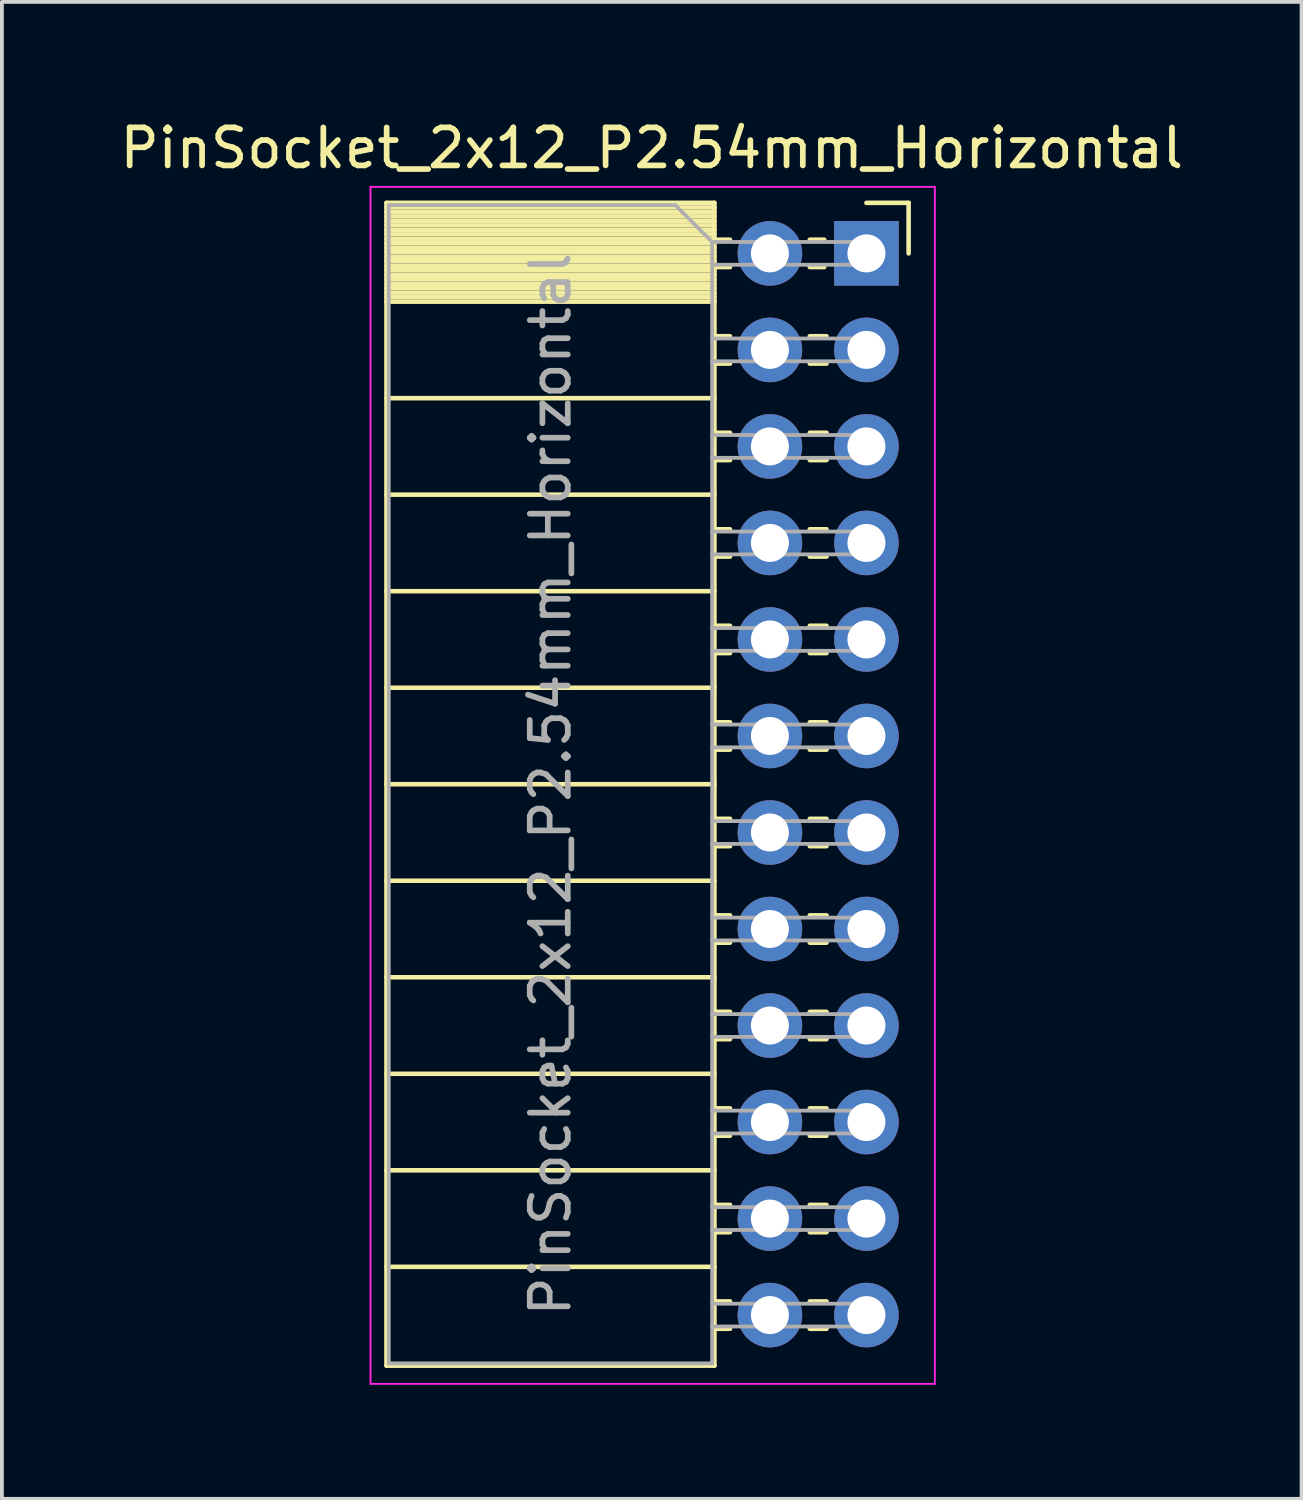
<source format=kicad_pcb>
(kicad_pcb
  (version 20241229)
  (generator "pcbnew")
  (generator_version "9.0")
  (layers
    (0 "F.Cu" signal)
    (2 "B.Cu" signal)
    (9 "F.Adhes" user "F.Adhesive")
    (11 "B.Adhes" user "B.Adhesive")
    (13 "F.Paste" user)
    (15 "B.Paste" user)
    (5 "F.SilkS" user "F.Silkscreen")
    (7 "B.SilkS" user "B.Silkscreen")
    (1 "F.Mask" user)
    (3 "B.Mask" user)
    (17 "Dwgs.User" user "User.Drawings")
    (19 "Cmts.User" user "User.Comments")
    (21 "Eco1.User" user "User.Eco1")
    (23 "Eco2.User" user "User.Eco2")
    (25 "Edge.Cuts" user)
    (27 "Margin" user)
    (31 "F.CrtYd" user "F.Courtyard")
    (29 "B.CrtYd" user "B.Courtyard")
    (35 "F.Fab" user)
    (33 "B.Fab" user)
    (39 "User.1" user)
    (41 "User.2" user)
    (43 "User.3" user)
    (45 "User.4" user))
  (footprint "PinSocket_2x12_P2.54mm_Horizontal"
    (layer "F.Cu")
    (at 19.751 3.618)
    (property "Reference" "PinSocket_2x12_P2.54mm_Horizontal" (at -5.65 -2.77 0) (layer "F.SilkS") (effects (font (size 1 1) (thickness 0.15))))
    (attr through_hole)
    (fp_line (start -12.63 -1.33) (end -12.63 29.27) (stroke (width 0.12) (type solid)) (layer "F.SilkS"))
    (fp_line (start -12.63 -1.33) (end -4 -1.33) (stroke (width 0.12) (type solid)) (layer "F.SilkS"))
    (fp_line (start -12.63 -1.21) (end -4 -1.21) (stroke (width 0.12) (type solid)) (layer "F.SilkS"))
    (fp_line (start -12.63 -1.092) (end -4 -1.092) (stroke (width 0.12) (type solid)) (layer "F.SilkS"))
    (fp_line (start -12.63 -0.974) (end -4 -0.974) (stroke (width 0.12) (type solid)) (layer "F.SilkS"))
    (fp_line (start -12.63 -0.856) (end -4 -0.856) (stroke (width 0.12) (type solid)) (layer "F.SilkS"))
    (fp_line (start -12.63 -0.738) (end -4 -0.738) (stroke (width 0.12) (type solid)) (layer "F.SilkS"))
    (fp_line (start -12.63 -0.62) (end -4 -0.62) (stroke (width 0.12) (type solid)) (layer "F.SilkS"))
    (fp_line (start -12.63 -0.501) (end -4 -0.501) (stroke (width 0.12) (type solid)) (layer "F.SilkS"))
    (fp_line (start -12.63 -0.383) (end -4 -0.383) (stroke (width 0.12) (type solid)) (layer "F.SilkS"))
    (fp_line (start -12.63 -0.265) (end -4 -0.265) (stroke (width 0.12) (type solid)) (layer "F.SilkS"))
    (fp_line (start -12.63 -0.147) (end -4 -0.147) (stroke (width 0.12) (type solid)) (layer "F.SilkS"))
    (fp_line (start -12.63 -0.029) (end -4 -0.029) (stroke (width 0.12) (type solid)) (layer "F.SilkS"))
    (fp_line (start -12.63 0.089) (end -4 0.089) (stroke (width 0.12) (type solid)) (layer "F.SilkS"))
    (fp_line (start -12.63 0.207) (end -4 0.207) (stroke (width 0.12) (type solid)) (layer "F.SilkS"))
    (fp_line (start -12.63 0.325) (end -4 0.325) (stroke (width 0.12) (type solid)) (layer "F.SilkS"))
    (fp_line (start -12.63 0.443) (end -4 0.443) (stroke (width 0.12) (type solid)) (layer "F.SilkS"))
    (fp_line (start -12.63 0.561) (end -4 0.561) (stroke (width 0.12) (type solid)) (layer "F.SilkS"))
    (fp_line (start -12.63 0.68) (end -4 0.68) (stroke (width 0.12) (type solid)) (layer "F.SilkS"))
    (fp_line (start -12.63 0.798) (end -4 0.798) (stroke (width 0.12) (type solid)) (layer "F.SilkS"))
    (fp_line (start -12.63 0.916) (end -4 0.916) (stroke (width 0.12) (type solid)) (layer "F.SilkS"))
    (fp_line (start -12.63 1.034) (end -4 1.034) (stroke (width 0.12) (type solid)) (layer "F.SilkS"))
    (fp_line (start -12.63 1.152) (end -4 1.152) (stroke (width 0.12) (type solid)) (layer "F.SilkS"))
    (fp_line (start -12.63 1.27) (end -4 1.27) (stroke (width 0.12) (type solid)) (layer "F.SilkS"))
    (fp_line (start -12.63 3.81) (end -4 3.81) (stroke (width 0.12) (type solid)) (layer "F.SilkS"))
    (fp_line (start -12.63 6.35) (end -4 6.35) (stroke (width 0.12) (type solid)) (layer "F.SilkS"))
    (fp_line (start -12.63 8.89) (end -4 8.89) (stroke (width 0.12) (type solid)) (layer "F.SilkS"))
    (fp_line (start -12.63 11.43) (end -4 11.43) (stroke (width 0.12) (type solid)) (layer "F.SilkS"))
    (fp_line (start -12.63 13.97) (end -4 13.97) (stroke (width 0.12) (type solid)) (layer "F.SilkS"))
    (fp_line (start -12.63 16.51) (end -4 16.51) (stroke (width 0.12) (type solid)) (layer "F.SilkS"))
    (fp_line (start -12.63 19.05) (end -4 19.05) (stroke (width 0.12) (type solid)) (layer "F.SilkS"))
    (fp_line (start -12.63 21.59) (end -4 21.59) (stroke (width 0.12) (type solid)) (layer "F.SilkS"))
    (fp_line (start -12.63 24.13) (end -4 24.13) (stroke (width 0.12) (type solid)) (layer "F.SilkS"))
    (fp_line (start -12.63 26.67) (end -4 26.67) (stroke (width 0.12) (type solid)) (layer "F.SilkS"))
    (fp_line (start -12.63 29.27) (end -4 29.27) (stroke (width 0.12) (type solid)) (layer "F.SilkS"))
    (fp_line (start -4 -1.33) (end -4 29.27) (stroke (width 0.12) (type solid)) (layer "F.SilkS"))
    (fp_line (start -4 -0.36) (end -3.59 -0.36) (stroke (width 0.12) (type solid)) (layer "F.SilkS"))
    (fp_line (start -4 0.36) (end -3.59 0.36) (stroke (width 0.12) (type solid)) (layer "F.SilkS"))
    (fp_line (start -4 2.18) (end -3.59 2.18) (stroke (width 0.12) (type solid)) (layer "F.SilkS"))
    (fp_line (start -4 2.9) (end -3.59 2.9) (stroke (width 0.12) (type solid)) (layer "F.SilkS"))
    (fp_line (start -4 4.72) (end -3.59 4.72) (stroke (width 0.12) (type solid)) (layer "F.SilkS"))
    (fp_line (start -4 5.44) (end -3.59 5.44) (stroke (width 0.12) (type solid)) (layer "F.SilkS"))
    (fp_line (start -4 7.26) (end -3.59 7.26) (stroke (width 0.12) (type solid)) (layer "F.SilkS"))
    (fp_line (start -4 7.98) (end -3.59 7.98) (stroke (width 0.12) (type solid)) (layer "F.SilkS"))
    (fp_line (start -4 9.8) (end -3.59 9.8) (stroke (width 0.12) (type solid)) (layer "F.SilkS"))
    (fp_line (start -4 10.52) (end -3.59 10.52) (stroke (width 0.12) (type solid)) (layer "F.SilkS"))
    (fp_line (start -4 12.34) (end -3.59 12.34) (stroke (width 0.12) (type solid)) (layer "F.SilkS"))
    (fp_line (start -4 13.06) (end -3.59 13.06) (stroke (width 0.12) (type solid)) (layer "F.SilkS"))
    (fp_line (start -4 14.88) (end -3.59 14.88) (stroke (width 0.12) (type solid)) (layer "F.SilkS"))
    (fp_line (start -4 15.6) (end -3.59 15.6) (stroke (width 0.12) (type solid)) (layer "F.SilkS"))
    (fp_line (start -4 17.42) (end -3.59 17.42) (stroke (width 0.12) (type solid)) (layer "F.SilkS"))
    (fp_line (start -4 18.14) (end -3.59 18.14) (stroke (width 0.12) (type solid)) (layer "F.SilkS"))
    (fp_line (start -4 19.96) (end -3.59 19.96) (stroke (width 0.12) (type solid)) (layer "F.SilkS"))
    (fp_line (start -4 20.68) (end -3.59 20.68) (stroke (width 0.12) (type solid)) (layer "F.SilkS"))
    (fp_line (start -4 22.5) (end -3.59 22.5) (stroke (width 0.12) (type solid)) (layer "F.SilkS"))
    (fp_line (start -4 23.22) (end -3.59 23.22) (stroke (width 0.12) (type solid)) (layer "F.SilkS"))
    (fp_line (start -4 25.04) (end -3.59 25.04) (stroke (width 0.12) (type solid)) (layer "F.SilkS"))
    (fp_line (start -4 25.76) (end -3.59 25.76) (stroke (width 0.12) (type solid)) (layer "F.SilkS"))
    (fp_line (start -4 27.58) (end -3.59 27.58) (stroke (width 0.12) (type solid)) (layer "F.SilkS"))
    (fp_line (start -4 28.3) (end -3.59 28.3) (stroke (width 0.12) (type solid)) (layer "F.SilkS"))
    (fp_line (start -1.49 -0.36) (end -1.11 -0.36) (stroke (width 0.12) (type solid)) (layer "F.SilkS"))
    (fp_line (start -1.49 0.36) (end -1.11 0.36) (stroke (width 0.12) (type solid)) (layer "F.SilkS"))
    (fp_line (start -1.49 2.18) (end -1.05 2.18) (stroke (width 0.12) (type solid)) (layer "F.SilkS"))
    (fp_line (start -1.49 2.9) (end -1.05 2.9) (stroke (width 0.12) (type solid)) (layer "F.SilkS"))
    (fp_line (start -1.49 4.72) (end -1.05 4.72) (stroke (width 0.12) (type solid)) (layer "F.SilkS"))
    (fp_line (start -1.49 5.44) (end -1.05 5.44) (stroke (width 0.12) (type solid)) (layer "F.SilkS"))
    (fp_line (start -1.49 7.26) (end -1.05 7.26) (stroke (width 0.12) (type solid)) (layer "F.SilkS"))
    (fp_line (start -1.49 7.98) (end -1.05 7.98) (stroke (width 0.12) (type solid)) (layer "F.SilkS"))
    (fp_line (start -1.49 9.8) (end -1.05 9.8) (stroke (width 0.12) (type solid)) (layer "F.SilkS"))
    (fp_line (start -1.49 10.52) (end -1.05 10.52) (stroke (width 0.12) (type solid)) (layer "F.SilkS"))
    (fp_line (start -1.49 12.34) (end -1.05 12.34) (stroke (width 0.12) (type solid)) (layer "F.SilkS"))
    (fp_line (start -1.49 13.06) (end -1.05 13.06) (stroke (width 0.12) (type solid)) (layer "F.SilkS"))
    (fp_line (start -1.49 14.88) (end -1.05 14.88) (stroke (width 0.12) (type solid)) (layer "F.SilkS"))
    (fp_line (start -1.49 15.6) (end -1.05 15.6) (stroke (width 0.12) (type solid)) (layer "F.SilkS"))
    (fp_line (start -1.49 17.42) (end -1.05 17.42) (stroke (width 0.12) (type solid)) (layer "F.SilkS"))
    (fp_line (start -1.49 18.14) (end -1.05 18.14) (stroke (width 0.12) (type solid)) (layer "F.SilkS"))
    (fp_line (start -1.49 19.96) (end -1.05 19.96) (stroke (width 0.12) (type solid)) (layer "F.SilkS"))
    (fp_line (start -1.49 20.68) (end -1.05 20.68) (stroke (width 0.12) (type solid)) (layer "F.SilkS"))
    (fp_line (start -1.49 22.5) (end -1.05 22.5) (stroke (width 0.12) (type solid)) (layer "F.SilkS"))
    (fp_line (start -1.49 23.22) (end -1.05 23.22) (stroke (width 0.12) (type solid)) (layer "F.SilkS"))
    (fp_line (start -1.49 25.04) (end -1.05 25.04) (stroke (width 0.12) (type solid)) (layer "F.SilkS"))
    (fp_line (start -1.49 25.76) (end -1.05 25.76) (stroke (width 0.12) (type solid)) (layer "F.SilkS"))
    (fp_line (start -1.49 27.58) (end -1.05 27.58) (stroke (width 0.12) (type solid)) (layer "F.SilkS"))
    (fp_line (start -1.49 28.3) (end -1.05 28.3) (stroke (width 0.12) (type solid)) (layer "F.SilkS"))
    (fp_line (start 0 -1.33) (end 1.11 -1.33) (stroke (width 0.12) (type solid)) (layer "F.SilkS"))
    (fp_line (start 1.11 -1.33) (end 1.11 0) (stroke (width 0.12) (type solid)) (layer "F.SilkS"))
    (fp_line (start -13.05 -1.75) (end -13.05 29.75) (stroke (width 0.05) (type solid)) (layer "F.CrtYd"))
    (fp_line (start -13.05 29.75) (end 1.8 29.75) (stroke (width 0.05) (type solid)) (layer "F.CrtYd"))
    (fp_line (start 1.8 -1.75) (end -13.05 -1.75) (stroke (width 0.05) (type solid)) (layer "F.CrtYd"))
    (fp_line (start 1.8 29.75) (end 1.8 -1.75) (stroke (width 0.05) (type solid)) (layer "F.CrtYd"))
    (fp_line (start -12.57 -1.27) (end -5.03 -1.27) (stroke (width 0.1) (type solid)) (layer "F.Fab"))
    (fp_line (start -12.57 29.21) (end -12.57 -1.27) (stroke (width 0.1) (type solid)) (layer "F.Fab"))
    (fp_line (start -5.03 -1.27) (end -4.06 -0.3) (stroke (width 0.1) (type solid)) (layer "F.Fab"))
    (fp_line (start -4.06 -0.3) (end -4.06 29.21) (stroke (width 0.1) (type solid)) (layer "F.Fab"))
    (fp_line (start -4.06 0.3) (end 0 0.3) (stroke (width 0.1) (type solid)) (layer "F.Fab"))
    (fp_line (start -4.06 2.84) (end 0 2.84) (stroke (width 0.1) (type solid)) (layer "F.Fab"))
    (fp_line (start -4.06 5.38) (end 0 5.38) (stroke (width 0.1) (type solid)) (layer "F.Fab"))
    (fp_line (start -4.06 7.92) (end 0 7.92) (stroke (width 0.1) (type solid)) (layer "F.Fab"))
    (fp_line (start -4.06 10.46) (end 0 10.46) (stroke (width 0.1) (type solid)) (layer "F.Fab"))
    (fp_line (start -4.06 13) (end 0 13) (stroke (width 0.1) (type solid)) (layer "F.Fab"))
    (fp_line (start -4.06 15.54) (end 0 15.54) (stroke (width 0.1) (type solid)) (layer "F.Fab"))
    (fp_line (start -4.06 18.08) (end 0 18.08) (stroke (width 0.1) (type solid)) (layer "F.Fab"))
    (fp_line (start -4.06 20.62) (end 0 20.62) (stroke (width 0.1) (type solid)) (layer "F.Fab"))
    (fp_line (start -4.06 23.16) (end 0 23.16) (stroke (width 0.1) (type solid)) (layer "F.Fab"))
    (fp_line (start -4.06 25.7) (end 0 25.7) (stroke (width 0.1) (type solid)) (layer "F.Fab"))
    (fp_line (start -4.06 28.24) (end 0 28.24) (stroke (width 0.1) (type solid)) (layer "F.Fab"))
    (fp_line (start -4.06 29.21) (end -12.57 29.21) (stroke (width 0.1) (type solid)) (layer "F.Fab"))
    (fp_line (start 0 -0.3) (end -4.06 -0.3) (stroke (width 0.1) (type solid)) (layer "F.Fab"))
    (fp_line (start 0 0.3) (end 0 -0.3) (stroke (width 0.1) (type solid)) (layer "F.Fab"))
    (fp_line (start 0 2.24) (end -4.06 2.24) (stroke (width 0.1) (type solid)) (layer "F.Fab"))
    (fp_line (start 0 2.84) (end 0 2.24) (stroke (width 0.1) (type solid)) (layer "F.Fab"))
    (fp_line (start 0 4.78) (end -4.06 4.78) (stroke (width 0.1) (type solid)) (layer "F.Fab"))
    (fp_line (start 0 5.38) (end 0 4.78) (stroke (width 0.1) (type solid)) (layer "F.Fab"))
    (fp_line (start 0 7.32) (end -4.06 7.32) (stroke (width 0.1) (type solid)) (layer "F.Fab"))
    (fp_line (start 0 7.92) (end 0 7.32) (stroke (width 0.1) (type solid)) (layer "F.Fab"))
    (fp_line (start 0 9.86) (end -4.06 9.86) (stroke (width 0.1) (type solid)) (layer "F.Fab"))
    (fp_line (start 0 10.46) (end 0 9.86) (stroke (width 0.1) (type solid)) (layer "F.Fab"))
    (fp_line (start 0 12.4) (end -4.06 12.4) (stroke (width 0.1) (type solid)) (layer "F.Fab"))
    (fp_line (start 0 13) (end 0 12.4) (stroke (width 0.1) (type solid)) (layer "F.Fab"))
    (fp_line (start 0 14.94) (end -4.06 14.94) (stroke (width 0.1) (type solid)) (layer "F.Fab"))
    (fp_line (start 0 15.54) (end 0 14.94) (stroke (width 0.1) (type solid)) (layer "F.Fab"))
    (fp_line (start 0 17.48) (end -4.06 17.48) (stroke (width 0.1) (type solid)) (layer "F.Fab"))
    (fp_line (start 0 18.08) (end 0 17.48) (stroke (width 0.1) (type solid)) (layer "F.Fab"))
    (fp_line (start 0 20.02) (end -4.06 20.02) (stroke (width 0.1) (type solid)) (layer "F.Fab"))
    (fp_line (start 0 20.62) (end 0 20.02) (stroke (width 0.1) (type solid)) (layer "F.Fab"))
    (fp_line (start 0 22.56) (end -4.06 22.56) (stroke (width 0.1) (type solid)) (layer "F.Fab"))
    (fp_line (start 0 23.16) (end 0 22.56) (stroke (width 0.1) (type solid)) (layer "F.Fab"))
    (fp_line (start 0 25.1) (end -4.06 25.1) (stroke (width 0.1) (type solid)) (layer "F.Fab"))
    (fp_line (start 0 25.7) (end 0 25.1) (stroke (width 0.1) (type solid)) (layer "F.Fab"))
    (fp_line (start 0 27.64) (end -4.06 27.64) (stroke (width 0.1) (type solid)) (layer "F.Fab"))
    (fp_line (start 0 28.24) (end 0 27.64) (stroke (width 0.1) (type solid)) (layer "F.Fab"))
    (fp_text user "${REFERENCE}" (at -8.315 13.97 90) (layer "F.Fab") (effects (font (size 1 1) (thickness 0.15))))
    (pad "1" thru_hole rect (at 0 0) (size 1.7 1.7) (drill 1) (layers "*.Cu" "*.Mask"))
    (pad "2" thru_hole oval (at -2.54 0) (size 1.7 1.7) (drill 1) (layers "*.Cu" "*.Mask"))
    (pad "3" thru_hole oval (at 0 2.54) (size 1.7 1.7) (drill 1) (layers "*.Cu" "*.Mask"))
    (pad "4" thru_hole oval (at -2.54 2.54) (size 1.7 1.7) (drill 1) (layers "*.Cu" "*.Mask"))
    (pad "5" thru_hole oval (at 0 5.08) (size 1.7 1.7) (drill 1) (layers "*.Cu" "*.Mask"))
    (pad "6" thru_hole oval (at -2.54 5.08) (size 1.7 1.7) (drill 1) (layers "*.Cu" "*.Mask"))
    (pad "7" thru_hole oval (at 0 7.62) (size 1.7 1.7) (drill 1) (layers "*.Cu" "*.Mask"))
    (pad "8" thru_hole oval (at -2.54 7.62) (size 1.7 1.7) (drill 1) (layers "*.Cu" "*.Mask"))
    (pad "9" thru_hole oval (at 0 10.16) (size 1.7 1.7) (drill 1) (layers "*.Cu" "*.Mask"))
    (pad "10" thru_hole oval (at -2.54 10.16) (size 1.7 1.7) (drill 1) (layers "*.Cu" "*.Mask"))
    (pad "11" thru_hole oval (at 0 12.7) (size 1.7 1.7) (drill 1) (layers "*.Cu" "*.Mask"))
    (pad "12" thru_hole oval (at -2.54 12.7) (size 1.7 1.7) (drill 1) (layers "*.Cu" "*.Mask"))
    (pad "13" thru_hole oval (at 0 15.24) (size 1.7 1.7) (drill 1) (layers "*.Cu" "*.Mask"))
    (pad "14" thru_hole oval (at -2.54 15.24) (size 1.7 1.7) (drill 1) (layers "*.Cu" "*.Mask"))
    (pad "15" thru_hole oval (at 0 17.78) (size 1.7 1.7) (drill 1) (layers "*.Cu" "*.Mask"))
    (pad "16" thru_hole oval (at -2.54 17.78) (size 1.7 1.7) (drill 1) (layers "*.Cu" "*.Mask"))
    (pad "17" thru_hole oval (at 0 20.32) (size 1.7 1.7) (drill 1) (layers "*.Cu" "*.Mask"))
    (pad "18" thru_hole oval (at -2.54 20.32) (size 1.7 1.7) (drill 1) (layers "*.Cu" "*.Mask"))
    (pad "19" thru_hole oval (at 0 22.86) (size 1.7 1.7) (drill 1) (layers "*.Cu" "*.Mask"))
    (pad "20" thru_hole oval (at -2.54 22.86) (size 1.7 1.7) (drill 1) (layers "*.Cu" "*.Mask"))
    (pad "21" thru_hole oval (at 0 25.4) (size 1.7 1.7) (drill 1) (layers "*.Cu" "*.Mask"))
    (pad "22" thru_hole oval (at -2.54 25.4) (size 1.7 1.7) (drill 1) (layers "*.Cu" "*.Mask"))
    (pad "23" thru_hole oval (at 0 27.94) (size 1.7 1.7) (drill 1) (layers "*.Cu" "*.Mask"))
    (pad "24" thru_hole oval (at -2.54 27.94) (size 1.7 1.7) (drill 1) (layers "*.Cu" "*.Mask")))
  (gr_rect
    (start -3 -3)
    (end 31.202 36.393)
    (stroke (width 0.1) (type default))
    (fill no)
    (layer "Edge.Cuts")))
</source>
